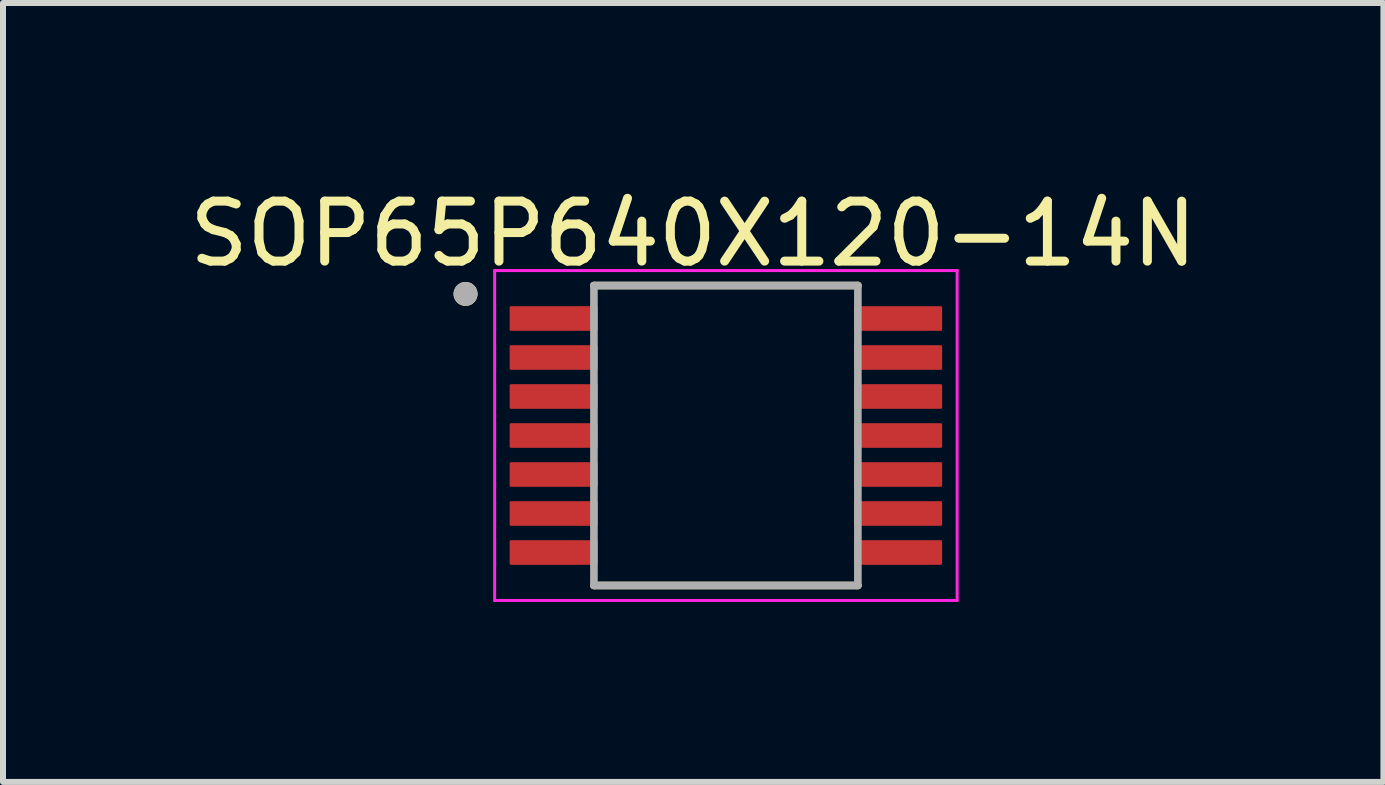
<source format=kicad_pcb>
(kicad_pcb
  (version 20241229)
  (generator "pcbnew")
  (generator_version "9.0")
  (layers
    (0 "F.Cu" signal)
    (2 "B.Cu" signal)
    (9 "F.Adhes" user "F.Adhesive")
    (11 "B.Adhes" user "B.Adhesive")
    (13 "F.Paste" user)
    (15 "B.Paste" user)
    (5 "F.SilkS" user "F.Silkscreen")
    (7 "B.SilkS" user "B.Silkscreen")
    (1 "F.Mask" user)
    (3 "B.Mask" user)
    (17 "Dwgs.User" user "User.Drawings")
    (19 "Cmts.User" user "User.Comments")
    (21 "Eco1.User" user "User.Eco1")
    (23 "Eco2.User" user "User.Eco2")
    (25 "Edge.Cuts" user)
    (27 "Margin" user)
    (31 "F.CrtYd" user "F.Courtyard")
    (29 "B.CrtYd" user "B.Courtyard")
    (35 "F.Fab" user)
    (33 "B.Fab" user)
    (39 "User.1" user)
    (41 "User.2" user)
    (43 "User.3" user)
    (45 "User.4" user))
  (footprint "SOP65P640X120-14N"
    (layer "F.Cu")
    (at 9.051 4.21)
    (property "Reference" "SOP65P640X120-14N" (at -0.545 -3.362 0) (layer "F.SilkS") (effects (font (size 1 1) (thickness 0.15))))
    (attr through_hole)
    (fp_line (start -2.2 -2.5) (end 2.2 -2.5) (stroke (width 0.127) (type solid)) (layer "F.SilkS"))
    (fp_line (start -2.2 2.5) (end 2.2 2.5) (stroke (width 0.127) (type solid)) (layer "F.SilkS"))
    (fp_circle (center -4.34 -2.36) (end -4.24 -2.36) (stroke (width 0.2) (type solid)) (fill no) (layer "F.SilkS"))
    (fp_line (start -3.855 -2.75) (end -3.855 2.75) (stroke (width 0.05) (type solid)) (layer "F.CrtYd"))
    (fp_line (start -3.855 -2.75) (end 3.855 -2.75) (stroke (width 0.05) (type solid)) (layer "F.CrtYd"))
    (fp_line (start -3.855 2.75) (end 3.855 2.75) (stroke (width 0.05) (type solid)) (layer "F.CrtYd"))
    (fp_line (start 3.855 -2.75) (end 3.855 2.75) (stroke (width 0.05) (type solid)) (layer "F.CrtYd"))
    (fp_line (start -2.2 -2.5) (end -2.2 2.5) (stroke (width 0.127) (type solid)) (layer "F.Fab"))
    (fp_line (start -2.2 -2.5) (end 2.2 -2.5) (stroke (width 0.127) (type solid)) (layer "F.Fab"))
    (fp_line (start -2.2 2.5) (end 2.2 2.5) (stroke (width 0.127) (type solid)) (layer "F.Fab"))
    (fp_line (start 2.2 -2.5) (end 2.2 2.5) (stroke (width 0.127) (type solid)) (layer "F.Fab"))
    (fp_circle (center -4.34 -2.36) (end -4.24 -2.36) (stroke (width 0.2) (type solid)) (fill no) (layer "F.Fab"))
    (pad "1" smd roundrect (at -2.87 -1.95) (size 1.47 0.41) (layers "F.Cu" "F.Mask" "F.Paste") (roundrect_rratio 0.05))
    (pad "2" smd roundrect (at -2.87 -1.3) (size 1.47 0.41) (layers "F.Cu" "F.Mask" "F.Paste") (roundrect_rratio 0.05))
    (pad "3" smd roundrect (at -2.87 -0.65) (size 1.47 0.41) (layers "F.Cu" "F.Mask" "F.Paste") (roundrect_rratio 0.05))
    (pad "4" smd roundrect (at -2.87 0) (size 1.47 0.41) (layers "F.Cu" "F.Mask" "F.Paste") (roundrect_rratio 0.05))
    (pad "5" smd roundrect (at -2.87 0.65) (size 1.47 0.41) (layers "F.Cu" "F.Mask" "F.Paste") (roundrect_rratio 0.05))
    (pad "6" smd roundrect (at -2.87 1.3) (size 1.47 0.41) (layers "F.Cu" "F.Mask" "F.Paste") (roundrect_rratio 0.05))
    (pad "7" smd roundrect (at -2.87 1.95) (size 1.47 0.41) (layers "F.Cu" "F.Mask" "F.Paste") (roundrect_rratio 0.05))
    (pad "8" smd roundrect (at 2.87 1.95) (size 1.47 0.41) (layers "F.Cu" "F.Mask" "F.Paste") (roundrect_rratio 0.05))
    (pad "9" smd roundrect (at 2.87 1.3) (size 1.47 0.41) (layers "F.Cu" "F.Mask" "F.Paste") (roundrect_rratio 0.05))
    (pad "10" smd roundrect (at 2.87 0.65) (size 1.47 0.41) (layers "F.Cu" "F.Mask" "F.Paste") (roundrect_rratio 0.05))
    (pad "11" smd roundrect (at 2.87 0) (size 1.47 0.41) (layers "F.Cu" "F.Mask" "F.Paste") (roundrect_rratio 0.05))
    (pad "12" smd roundrect (at 2.87 -0.65) (size 1.47 0.41) (layers "F.Cu" "F.Mask" "F.Paste") (roundrect_rratio 0.05))
    (pad "13" smd roundrect (at 2.87 -1.3) (size 1.47 0.41) (layers "F.Cu" "F.Mask" "F.Paste") (roundrect_rratio 0.05))
    (pad "14" smd roundrect (at 2.87 -1.95) (size 1.47 0.41) (layers "F.Cu" "F.Mask" "F.Paste") (roundrect_rratio 0.05)))
  (gr_rect
    (start -3 -3)
    (end 20.012 9.985)
    (stroke (width 0.1) (type default))
    (fill no)
    (layer "Edge.Cuts")))
</source>
